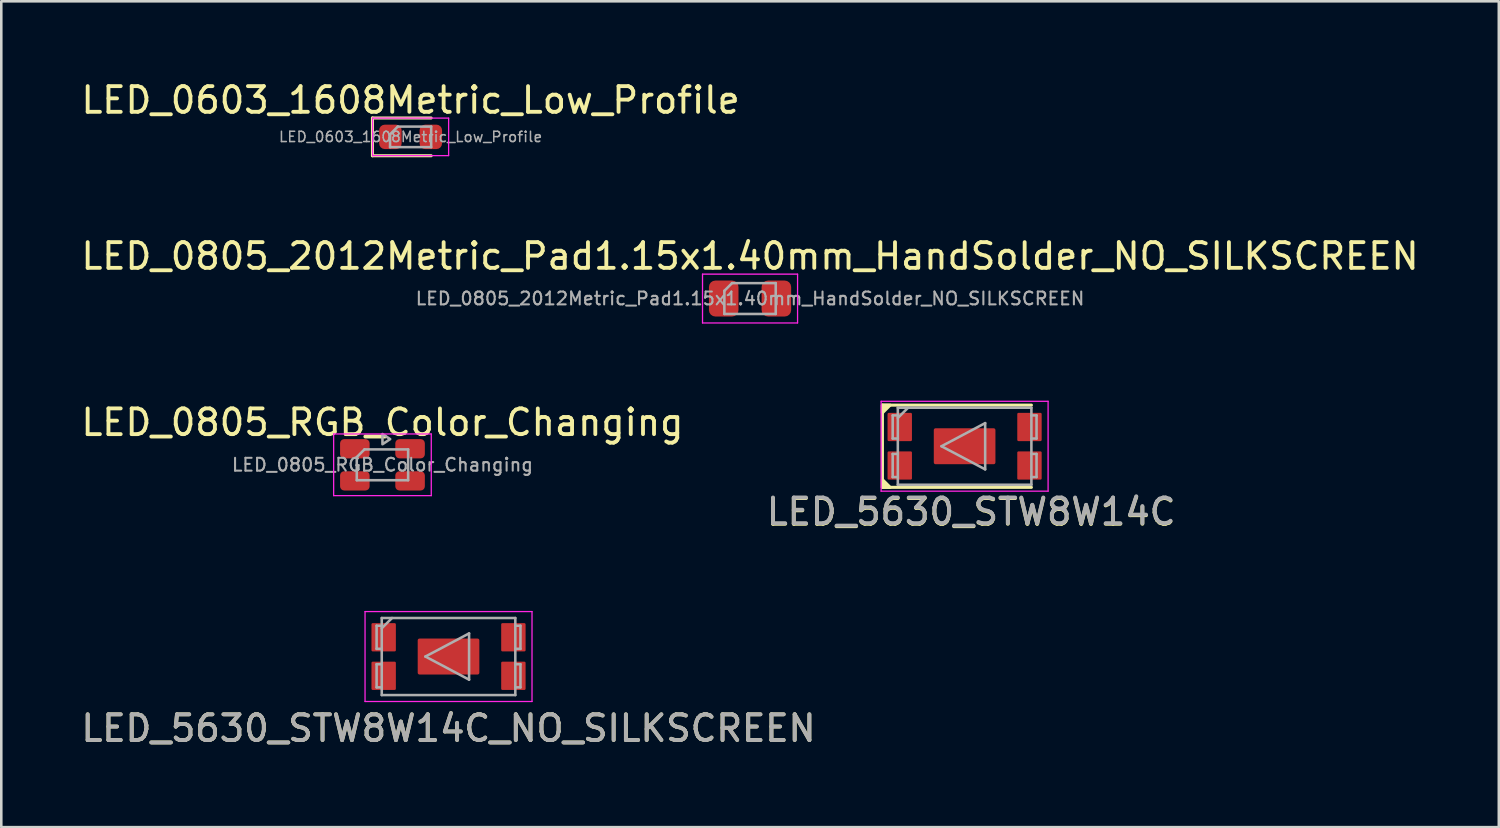
<source format=kicad_pcb>
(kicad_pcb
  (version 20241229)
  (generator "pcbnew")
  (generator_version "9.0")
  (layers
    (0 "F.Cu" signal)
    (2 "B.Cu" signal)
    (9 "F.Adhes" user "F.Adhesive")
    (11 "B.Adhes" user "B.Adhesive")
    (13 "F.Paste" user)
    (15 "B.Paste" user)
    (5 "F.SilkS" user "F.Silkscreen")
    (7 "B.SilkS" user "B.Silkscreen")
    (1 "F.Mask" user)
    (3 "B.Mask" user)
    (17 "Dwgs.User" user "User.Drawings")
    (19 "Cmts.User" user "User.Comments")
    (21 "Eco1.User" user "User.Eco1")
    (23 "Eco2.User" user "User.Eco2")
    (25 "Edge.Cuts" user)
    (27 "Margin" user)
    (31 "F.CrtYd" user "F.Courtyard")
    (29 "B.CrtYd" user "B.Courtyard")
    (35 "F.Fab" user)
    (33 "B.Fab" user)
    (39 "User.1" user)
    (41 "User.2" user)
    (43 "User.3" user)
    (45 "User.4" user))
  (footprint "LED_0805_RGB_Color_Changing"
    (layer "F.Cu")
    (at 11.839 15.045)
    (property "Reference" "LED_0805_RGB_Color_Changing" (at 0 -1.65 0) (layer "F.SilkS") (effects (font (size 1 1) (thickness 0.15))))
    (attr smd)
    (fp_line (start -1.9 -1.2) (end 1.9 -1.2) (stroke (width 0.05) (type solid)) (layer "F.CrtYd"))
    (fp_line (start -1.9 1.2) (end -1.9 -1.2) (stroke (width 0.05) (type solid)) (layer "F.CrtYd"))
    (fp_line (start 1.9 -1.2) (end 1.9 1.2) (stroke (width 0.05) (type solid)) (layer "F.CrtYd"))
    (fp_line (start 1.9 1.2) (end -1.9 1.2) (stroke (width 0.05) (type solid)) (layer "F.CrtYd"))
    (fp_line (start -1 -0.3) (end -1 0.6) (stroke (width 0.1) (type solid)) (layer "F.Fab"))
    (fp_line (start -1 0.6) (end 1 0.6) (stroke (width 0.1) (type solid)) (layer "F.Fab"))
    (fp_line (start -0.7 -0.6) (end -1 -0.3) (stroke (width 0.1) (type solid)) (layer "F.Fab"))
    (fp_line (start 1 -0.6) (end -0.7 -0.6) (stroke (width 0.1) (type solid)) (layer "F.Fab"))
    (fp_line (start 1 0.6) (end 1 -0.6) (stroke (width 0.1) (type solid)) (layer "F.Fab"))
    (fp_poly (pts (xy 0 -0.8) (xy 0 -1.2) (xy 0.3 -1)) (stroke (width 0.1) (type solid)) (fill no) (layer "F.Fab"))
    (fp_text user "${REFERENCE}" (at 0 0 0) (layer "F.Fab") (effects (font (size 0.5 0.5) (thickness 0.08))))
    (pad "1" smd roundrect (at -1.075 -0.625) (size 1.15 0.75) (layers "F.Cu" "F.Mask" "F.Paste") (roundrect_rratio 0.217))
    (pad "1" smd roundrect (at -1.075 0.625) (size 1.15 0.75) (layers "F.Cu" "F.Mask" "F.Paste") (roundrect_rratio 0.217))
    (pad "2" smd roundrect (at 1.075 -0.625) (size 1.15 0.75) (layers "F.Cu" "F.Mask" "F.Paste") (roundrect_rratio 0.217))
    (pad "2" smd roundrect (at 1.075 0.625) (size 1.15 0.75) (layers "F.Cu" "F.Mask" "F.Paste") (roundrect_rratio 0.217)))
  (footprint "LED_5630_STW8W14C_NO_SILKSCREEN"
    (layer "F.Cu")
    (at 14.411 22.509)
    (property "Reference" "LED_5630_STW8W14C_NO_SILKSCREEN" (at 0 2.794 0) (unlocked yes) (layer "F.SilkS") (effects (font (size 1 1) (thickness 0.15))))
    (attr smd)
    (fp_line (start -3.25 -1.75) (end -3.25 1.75) (stroke (width 0.05) (type solid)) (layer "F.CrtYd"))
    (fp_line (start -3.25 -1.75) (end 3.25 -1.75) (stroke (width 0.05) (type solid)) (layer "F.CrtYd"))
    (fp_line (start 3.25 1.75) (end -3.25 1.75) (stroke (width 0.05) (type solid)) (layer "F.CrtYd"))
    (fp_line (start 3.25 1.75) (end 3.25 -1.75) (stroke (width 0.05) (type solid)) (layer "F.CrtYd"))
    (fp_line (start -2.8 -1.2) (end -2.6 -1.2) (stroke (width 0.1) (type solid)) (layer "F.Fab"))
    (fp_line (start -2.8 -0.3) (end -2.8 -1.2) (stroke (width 0.1) (type solid)) (layer "F.Fab"))
    (fp_line (start -2.8 0.3) (end -2.6 0.3) (stroke (width 0.1) (type solid)) (layer "F.Fab"))
    (fp_line (start -2.8 1.2) (end -2.8 0.3) (stroke (width 0.1) (type solid)) (layer "F.Fab"))
    (fp_line (start -2.6 -1.5) (end -2.6 1.5) (stroke (width 0.1) (type solid)) (layer "F.Fab"))
    (fp_line (start -2.6 -1.5) (end 2.6 -1.5) (stroke (width 0.1) (type solid)) (layer "F.Fab"))
    (fp_line (start -2.6 -1.1) (end -2.2 -1.5) (stroke (width 0.1) (type solid)) (layer "F.Fab"))
    (fp_line (start -2.6 -0.3) (end -2.8 -0.3) (stroke (width 0.1) (type solid)) (layer "F.Fab"))
    (fp_line (start -2.6 1.2) (end -2.8 1.2) (stroke (width 0.1) (type solid)) (layer "F.Fab"))
    (fp_line (start -2.6 1.5) (end 2.6 1.5) (stroke (width 0.1) (type solid)) (layer "F.Fab"))
    (fp_line (start -0.9 0) (end 0.8 -0.9) (stroke (width 0.1) (type solid)) (layer "F.Fab"))
    (fp_line (start -0.9 0) (end 0.8 0.9) (stroke (width 0.1) (type solid)) (layer "F.Fab"))
    (fp_line (start 0.8 -0.9) (end 0.8 0.9) (stroke (width 0.1) (type solid)) (layer "F.Fab"))
    (fp_line (start 2.6 -1.5) (end 2.6 1.5) (stroke (width 0.1) (type solid)) (layer "F.Fab"))
    (fp_line (start 2.6 -1.2) (end 2.8 -1.2) (stroke (width 0.1) (type solid)) (layer "F.Fab"))
    (fp_line (start 2.6 0.3) (end 2.8 0.3) (stroke (width 0.1) (type solid)) (layer "F.Fab"))
    (fp_line (start 2.8 -1.2) (end 2.8 -0.3) (stroke (width 0.1) (type solid)) (layer "F.Fab"))
    (fp_line (start 2.8 -0.3) (end 2.6 -0.3) (stroke (width 0.1) (type solid)) (layer "F.Fab"))
    (fp_line (start 2.8 0.3) (end 2.8 1.2) (stroke (width 0.1) (type solid)) (layer "F.Fab"))
    (fp_line (start 2.8 1.2) (end 2.6 1.2) (stroke (width 0.1) (type solid)) (layer "F.Fab"))
    (fp_text user "${REFERENCE}" (at 0 2.794 0) (unlocked yes) (layer "F.Fab") (effects (font (size 1 1) (thickness 0.15))))
    (pad "A" smd roundrect (at 0 0) (size 2.4 1.4) (layers "F.Cu" "F.Mask" "F.Paste") (roundrect_rratio 0.05))
    (pad "A" smd roundrect (at 2.525 -0.75) (size 0.95 1.1) (layers "F.Cu" "F.Mask" "F.Paste") (roundrect_rratio 0.05))
    (pad "C" smd roundrect (at -2.525 0.75) (size 0.95 1.1) (layers "F.Cu" "F.Mask" "F.Paste") (roundrect_rratio 0.05))
    (pad "NC" smd roundrect (at -2.525 -0.75) (size 0.95 1.1) (layers "F.Cu" "F.Mask" "F.Paste") (roundrect_rratio 0.05))
    (pad "NC" smd roundrect (at 2.525 0.75) (size 0.95 1.1) (layers "F.Cu" "F.Mask" "F.Paste") (roundrect_rratio 0.05)))
  (footprint "LED_0805_2012Metric_Pad1.15x1.40mm_HandSolder_NO_SILKSCREEN"
    (layer "F.Cu")
    (at 26.149 8.572)
    (property "Reference" "LED_0805_2012Metric_Pad1.15x1.40mm_HandSolder_NO_SILKSCREEN" (at 0 -1.65 0) (layer "F.SilkS") (effects (font (size 1 1) (thickness 0.15))))
    (attr smd)
    (fp_line (start -1.85 -0.95) (end 1.85 -0.95) (stroke (width 0.05) (type solid)) (layer "F.CrtYd"))
    (fp_line (start -1.85 0.95) (end -1.85 -0.95) (stroke (width 0.05) (type solid)) (layer "F.CrtYd"))
    (fp_line (start 1.85 -0.95) (end 1.85 0.95) (stroke (width 0.05) (type solid)) (layer "F.CrtYd"))
    (fp_line (start 1.85 0.95) (end -1.85 0.95) (stroke (width 0.05) (type solid)) (layer "F.CrtYd"))
    (fp_line (start -1 -0.3) (end -1 0.6) (stroke (width 0.1) (type solid)) (layer "F.Fab"))
    (fp_line (start -1 0.6) (end 1 0.6) (stroke (width 0.1) (type solid)) (layer "F.Fab"))
    (fp_line (start -0.7 -0.6) (end -1 -0.3) (stroke (width 0.1) (type solid)) (layer "F.Fab"))
    (fp_line (start 1 -0.6) (end -0.7 -0.6) (stroke (width 0.1) (type solid)) (layer "F.Fab"))
    (fp_line (start 1 0.6) (end 1 -0.6) (stroke (width 0.1) (type solid)) (layer "F.Fab"))
    (fp_text user "${REFERENCE}" (at 0 0 0) (layer "F.Fab") (effects (font (size 0.5 0.5) (thickness 0.08))))
    (pad "1" smd roundrect (at -1.025 0) (size 1.15 1.4) (layers "F.Cu" "F.Mask" "F.Paste") (roundrect_rratio 0.217))
    (pad "2" smd roundrect (at 1.025 0) (size 1.15 1.4) (layers "F.Cu" "F.Mask" "F.Paste") (roundrect_rratio 0.217)))
  (footprint "LED_0603_1608Metric_Low_Profile"
    (layer "F.Cu")
    (at 12.935 2.278)
    (property "Reference" "LED_0603_1608Metric_Low_Profile" (at 0 -1.43 0) (layer "F.SilkS") (effects (font (size 1 1) (thickness 0.15))))
    (attr smd)
    (fp_line (start -1.485 -0.735) (end -1.485 0.735) (stroke (width 0.12) (type solid)) (layer "F.SilkS"))
    (fp_line (start -1.485 0.735) (end 0.8 0.735) (stroke (width 0.12) (type solid)) (layer "F.SilkS"))
    (fp_line (start 0.8 -0.735) (end -1.485 -0.735) (stroke (width 0.12) (type solid)) (layer "F.SilkS"))
    (fp_line (start -1.48 -0.73) (end 1.48 -0.73) (stroke (width 0.05) (type solid)) (layer "F.CrtYd"))
    (fp_line (start -1.48 0.73) (end -1.48 -0.73) (stroke (width 0.05) (type solid)) (layer "F.CrtYd"))
    (fp_line (start 1.48 -0.73) (end 1.48 0.73) (stroke (width 0.05) (type solid)) (layer "F.CrtYd"))
    (fp_line (start 1.48 0.73) (end -1.48 0.73) (stroke (width 0.05) (type solid)) (layer "F.CrtYd"))
    (fp_line (start -0.8 -0.1) (end -0.8 0.4) (stroke (width 0.1) (type solid)) (layer "F.Fab"))
    (fp_line (start -0.8 0.4) (end 0.8 0.4) (stroke (width 0.1) (type solid)) (layer "F.Fab"))
    (fp_line (start -0.5 -0.4) (end -0.8 -0.1) (stroke (width 0.1) (type solid)) (layer "F.Fab"))
    (fp_line (start 0.8 -0.4) (end -0.5 -0.4) (stroke (width 0.1) (type solid)) (layer "F.Fab"))
    (fp_line (start 0.8 0.4) (end 0.8 -0.4) (stroke (width 0.1) (type solid)) (layer "F.Fab"))
    (fp_text user "${REFERENCE}" (at 0 0 0) (layer "F.Fab") (effects (font (size 0.4 0.4) (thickness 0.06))))
    (pad "1" smd roundrect (at -0.787 0) (size 0.875 0.95) (layers "F.Cu" "F.Mask" "F.Paste") (roundrect_rratio 0.25))
    (pad "2" smd roundrect (at 0.787 0) (size 0.875 0.95) (layers "F.Cu" "F.Mask" "F.Paste") (roundrect_rratio 0.25)))
  (footprint "LED_5630_STW8W14C"
    (layer "F.Cu")
    (at 34.502 14.322)
    (property "Reference" "LED_5630_STW8W14C" (at 0.254 2.564 0) (unlocked yes) (layer "F.SilkS") (effects (font (size 1 1) (thickness 0.15))))
    (attr smd)
    (fp_line (start -3.2 -1.6) (end 2.6 -1.6) (stroke (width 0.12) (type solid)) (layer "F.SilkS"))
    (fp_line (start -3.2 1.6) (end -3.2 -1.6) (stroke (width 0.12) (type solid)) (layer "F.SilkS"))
    (fp_line (start -3.2 1.6) (end 2.6 1.6) (stroke (width 0.12) (type solid)) (layer "F.SilkS"))
    (fp_poly (pts (xy -3.2 -1.3) (xy -3.2 -1.6) (xy -2.9 -1.6)) (stroke (width 0.12) (type solid)) (fill yes) (layer "F.SilkS"))
    (fp_poly (pts (xy -2.9 1.6) (xy -3.2 1.6) (xy -3.2 1.3)) (stroke (width 0.12) (type solid)) (fill yes) (layer "F.SilkS"))
    (fp_line (start -3.25 -1.75) (end -3.25 1.75) (stroke (width 0.05) (type solid)) (layer "F.CrtYd"))
    (fp_line (start -3.25 -1.75) (end 3.25 -1.75) (stroke (width 0.05) (type solid)) (layer "F.CrtYd"))
    (fp_line (start 3.25 1.75) (end -3.25 1.75) (stroke (width 0.05) (type solid)) (layer "F.CrtYd"))
    (fp_line (start 3.25 1.75) (end 3.25 -1.75) (stroke (width 0.05) (type solid)) (layer "F.CrtYd"))
    (fp_line (start -2.8 -1.2) (end -2.6 -1.2) (stroke (width 0.1) (type solid)) (layer "F.Fab"))
    (fp_line (start -2.8 -0.3) (end -2.8 -1.2) (stroke (width 0.1) (type solid)) (layer "F.Fab"))
    (fp_line (start -2.8 0.3) (end -2.6 0.3) (stroke (width 0.1) (type solid)) (layer "F.Fab"))
    (fp_line (start -2.8 1.2) (end -2.8 0.3) (stroke (width 0.1) (type solid)) (layer "F.Fab"))
    (fp_line (start -2.6 -1.5) (end -2.6 1.5) (stroke (width 0.1) (type solid)) (layer "F.Fab"))
    (fp_line (start -2.6 -1.5) (end 2.6 -1.5) (stroke (width 0.1) (type solid)) (layer "F.Fab"))
    (fp_line (start -2.6 -1.1) (end -2.2 -1.5) (stroke (width 0.1) (type solid)) (layer "F.Fab"))
    (fp_line (start -2.6 -0.3) (end -2.8 -0.3) (stroke (width 0.1) (type solid)) (layer "F.Fab"))
    (fp_line (start -2.6 1.2) (end -2.8 1.2) (stroke (width 0.1) (type solid)) (layer "F.Fab"))
    (fp_line (start -2.6 1.5) (end 2.6 1.5) (stroke (width 0.1) (type solid)) (layer "F.Fab"))
    (fp_line (start -0.9 0) (end 0.8 -0.9) (stroke (width 0.1) (type solid)) (layer "F.Fab"))
    (fp_line (start -0.9 0) (end 0.8 0.9) (stroke (width 0.1) (type solid)) (layer "F.Fab"))
    (fp_line (start 0.8 -0.9) (end 0.8 0.9) (stroke (width 0.1) (type solid)) (layer "F.Fab"))
    (fp_line (start 2.6 -1.5) (end 2.6 1.5) (stroke (width 0.1) (type solid)) (layer "F.Fab"))
    (fp_line (start 2.6 -1.2) (end 2.8 -1.2) (stroke (width 0.1) (type solid)) (layer "F.Fab"))
    (fp_line (start 2.6 0.3) (end 2.8 0.3) (stroke (width 0.1) (type solid)) (layer "F.Fab"))
    (fp_line (start 2.8 -1.2) (end 2.8 -0.3) (stroke (width 0.1) (type solid)) (layer "F.Fab"))
    (fp_line (start 2.8 -0.3) (end 2.6 -0.3) (stroke (width 0.1) (type solid)) (layer "F.Fab"))
    (fp_line (start 2.8 0.3) (end 2.8 1.2) (stroke (width 0.1) (type solid)) (layer "F.Fab"))
    (fp_line (start 2.8 1.2) (end 2.6 1.2) (stroke (width 0.1) (type solid)) (layer "F.Fab"))
    (fp_text user "${REFERENCE}" (at 0.254 2.54 0) (unlocked yes) (layer "F.Fab") (effects (font (size 1 1) (thickness 0.15))))
    (pad "A" smd roundrect (at 0 0) (size 2.4 1.4) (layers "F.Cu" "F.Mask" "F.Paste") (roundrect_rratio 0.05))
    (pad "A" smd roundrect (at 2.525 -0.75) (size 0.95 1.1) (layers "F.Cu" "F.Mask" "F.Paste") (roundrect_rratio 0.05))
    (pad "C" smd roundrect (at -2.525 0.75) (size 0.95 1.1) (layers "F.Cu" "F.Mask" "F.Paste") (roundrect_rratio 0.05))
    (pad "NC" smd roundrect (at -2.525 -0.75) (size 0.95 1.1) (layers "F.Cu" "F.Mask" "F.Paste") (roundrect_rratio 0.05))
    (pad "NC" smd roundrect (at 2.525 0.75) (size 0.95 1.1) (layers "F.Cu" "F.Mask" "F.Paste") (roundrect_rratio 0.05)))
  (gr_rect
    (start -3 -3)
    (end 55.298 29.151)
    (stroke (width 0.1) (type default))
    (fill no)
    (layer "Edge.Cuts")))
</source>
